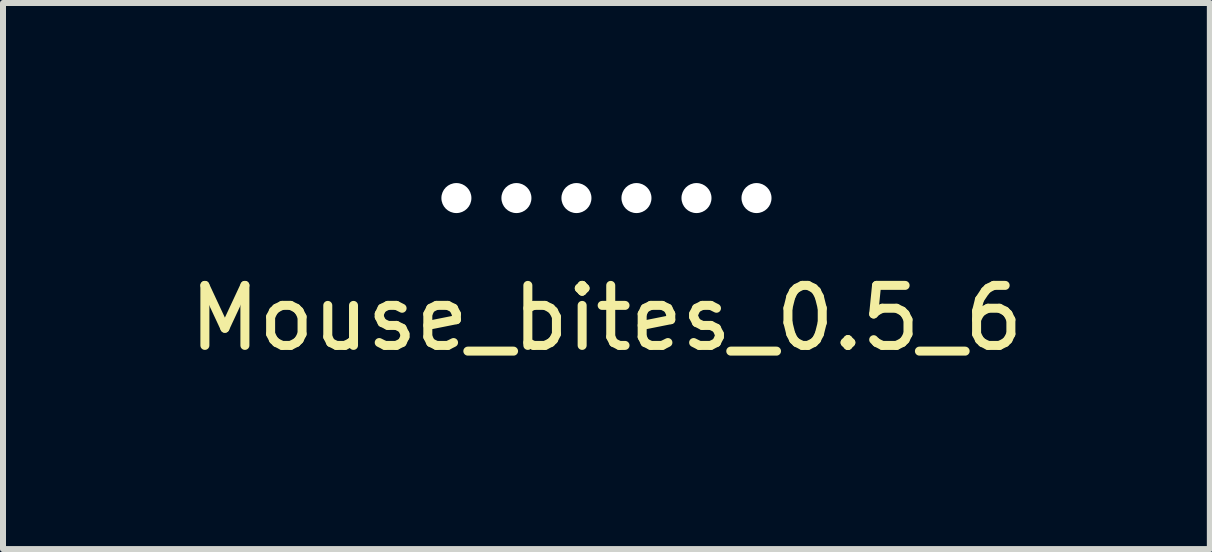
<source format=kicad_pcb>
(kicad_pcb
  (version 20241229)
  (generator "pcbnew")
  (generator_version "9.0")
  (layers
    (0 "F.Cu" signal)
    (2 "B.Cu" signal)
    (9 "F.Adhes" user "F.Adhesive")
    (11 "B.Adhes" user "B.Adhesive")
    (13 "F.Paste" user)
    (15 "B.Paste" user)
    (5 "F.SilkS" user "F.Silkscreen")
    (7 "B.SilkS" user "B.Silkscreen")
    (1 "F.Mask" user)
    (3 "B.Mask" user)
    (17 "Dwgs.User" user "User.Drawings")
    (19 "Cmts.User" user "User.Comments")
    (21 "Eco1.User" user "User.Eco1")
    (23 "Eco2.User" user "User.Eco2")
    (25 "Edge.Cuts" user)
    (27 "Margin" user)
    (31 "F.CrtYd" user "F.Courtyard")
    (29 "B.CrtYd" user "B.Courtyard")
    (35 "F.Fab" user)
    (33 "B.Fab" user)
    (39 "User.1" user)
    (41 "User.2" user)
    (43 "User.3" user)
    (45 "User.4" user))
  (footprint "Mouse_bites_0.5_6"
    (layer "F.Cu")
    (at 7.054 0.25)
    (property "Reference" "Mouse_bites_0.5_6" (at 0 2 0) (layer "F.SilkS") (effects (font (size 1 1) (thickness 0.15))))
    (attr through_hole)
    (pad "" np_thru_hole circle (at -2.5 0) (size 0.5 0.5) (drill 0.5) (layers "*.Cu" "*.Mask"))
    (pad "" np_thru_hole circle (at -1.5 0) (size 0.5 0.5) (drill 0.5) (layers "*.Cu" "*.Mask"))
    (pad "" np_thru_hole circle (at -0.5 0) (size 0.5 0.5) (drill 0.5) (layers "*.Cu" "*.Mask"))
    (pad "" np_thru_hole circle (at 0.5 0) (size 0.5 0.5) (drill 0.5) (layers "*.Cu" "*.Mask"))
    (pad "" np_thru_hole circle (at 1.5 0) (size 0.5 0.5) (drill 0.5) (layers "*.Cu" "*.Mask"))
    (pad "" np_thru_hole circle (at 2.5 0) (size 0.5 0.5) (drill 0.5) (layers "*.Cu" "*.Mask")))
  (gr_rect
    (start -3 -3)
    (end 17.107 6.098)
    (stroke (width 0.1) (type default))
    (fill no)
    (layer "Edge.Cuts")))
</source>
